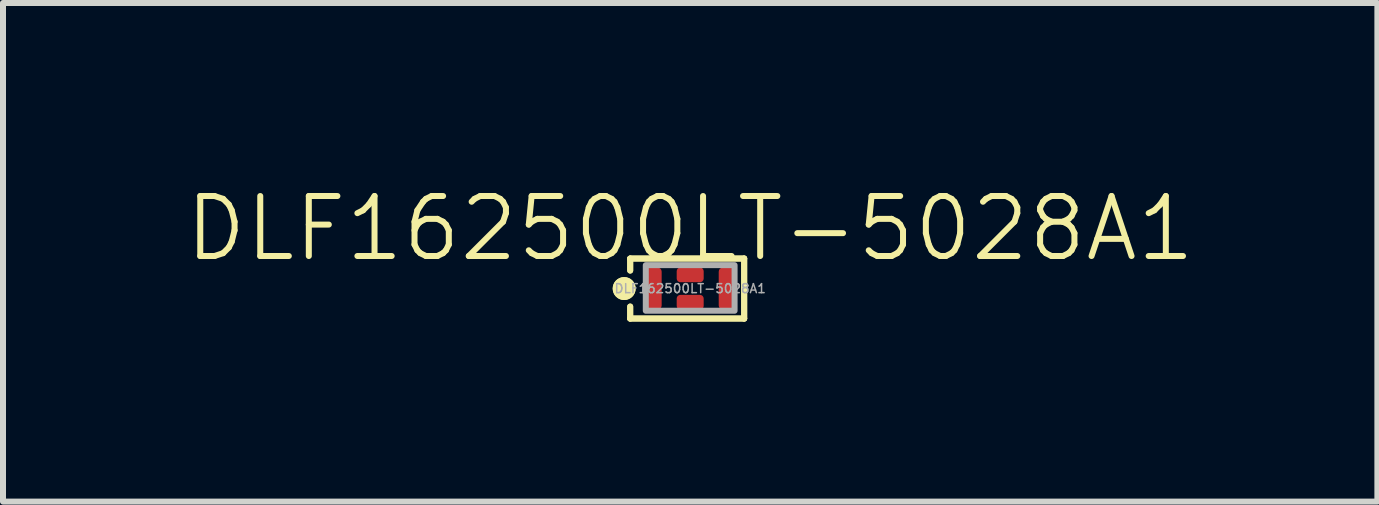
<source format=kicad_pcb>
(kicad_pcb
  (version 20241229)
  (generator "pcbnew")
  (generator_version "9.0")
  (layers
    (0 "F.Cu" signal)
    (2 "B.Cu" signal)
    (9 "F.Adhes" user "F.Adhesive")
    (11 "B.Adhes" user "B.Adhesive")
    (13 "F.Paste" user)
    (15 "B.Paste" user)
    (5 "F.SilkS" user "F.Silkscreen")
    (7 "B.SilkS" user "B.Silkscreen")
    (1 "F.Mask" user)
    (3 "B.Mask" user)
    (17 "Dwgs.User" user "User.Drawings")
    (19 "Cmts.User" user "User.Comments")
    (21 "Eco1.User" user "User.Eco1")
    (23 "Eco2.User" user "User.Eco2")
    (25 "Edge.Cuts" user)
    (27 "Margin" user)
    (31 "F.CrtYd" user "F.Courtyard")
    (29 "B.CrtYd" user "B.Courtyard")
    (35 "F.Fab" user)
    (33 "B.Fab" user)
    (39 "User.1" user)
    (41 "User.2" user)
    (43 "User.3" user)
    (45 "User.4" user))
  (footprint "DLF162500LT-5028A1"
    (layer "F.Cu")
    (at 8.455 1.76)
    (property "Reference" "DLF162500LT-5028A1" (at 0 -1 0) (unlocked yes) (layer "F.SilkS") (effects (font (size 1 1) (thickness 0.1))))
    (attr smd)
    (fp_line (start -1 -0.5) (end 0.9 -0.5) (stroke (width 0.1) (type default)) (layer "F.SilkS"))
    (fp_line (start -1 -0.5) (end 0.9 -0.5) (stroke (width 0.1) (type default)) (layer "F.SilkS"))
    (fp_line (start -1 -0.3) (end -1 -0.5) (stroke (width 0.1) (type default)) (layer "F.SilkS"))
    (fp_line (start -1 -0.3) (end -1 -0.5) (stroke (width 0.1) (type default)) (layer "F.SilkS"))
    (fp_line (start -1 0.5) (end -1 0.3) (stroke (width 0.1) (type default)) (layer "F.SilkS"))
    (fp_line (start -1 0.5) (end -1 0.3) (stroke (width 0.1) (type default)) (layer "F.SilkS"))
    (fp_line (start 0.9 -0.5) (end 0.9 0.5) (stroke (width 0.1) (type default)) (layer "F.SilkS"))
    (fp_line (start 0.9 -0.5) (end 0.9 0.5) (stroke (width 0.1) (type default)) (layer "F.SilkS"))
    (fp_line (start 0.9 0.5) (end -1 0.5) (stroke (width 0.1) (type default)) (layer "F.SilkS"))
    (fp_line (start 0.9 0.5) (end -1 0.5) (stroke (width 0.1) (type default)) (layer "F.SilkS"))
    (fp_circle (center -1.101 0) (end -0.96 0) (stroke (width 0.1) (type solid)) (fill yes) (layer "F.SilkS"))
    (fp_circle (center -1.1 0) (end -0.959 0) (stroke (width 0.1) (type solid)) (fill yes) (layer "F.SilkS"))
    (fp_rect (start -0.74 -0.39) (end 0.74 0.37) (stroke (width 0.1) (type default)) (fill no) (layer "F.Fab"))
    (fp_text user "${REFERENCE}" (at 0 0 0) (unlocked yes) (layer "F.Fab") (effects (font (size 0.15 0.15) (thickness 0.025) (bold yes))))
    (pad "1" smd roundrect (at -0.613 0) (size 0.275 0.7) (layers "F.Cu" "F.Mask" "F.Paste") (roundrect_rratio 0.25))
    (pad "2" smd roundrect (at 0 0.228) (size 0.45 0.245) (layers "F.Cu" "F.Mask" "F.Paste") (roundrect_rratio 0.25))
    (pad "3" smd roundrect (at 0.613 0) (size 0.275 0.7) (layers "F.Cu" "F.Mask" "F.Paste") (roundrect_rratio 0.25))
    (pad "4" smd roundrect (at 0 -0.228) (size 0.45 0.245) (layers "F.Cu" "F.Mask" "F.Paste") (roundrect_rratio 0.25)))
  (gr_rect
    (start -3 -3)
    (end 19.91 5.311)
    (stroke (width 0.1) (type default))
    (fill no)
    (layer "Edge.Cuts")))
</source>
